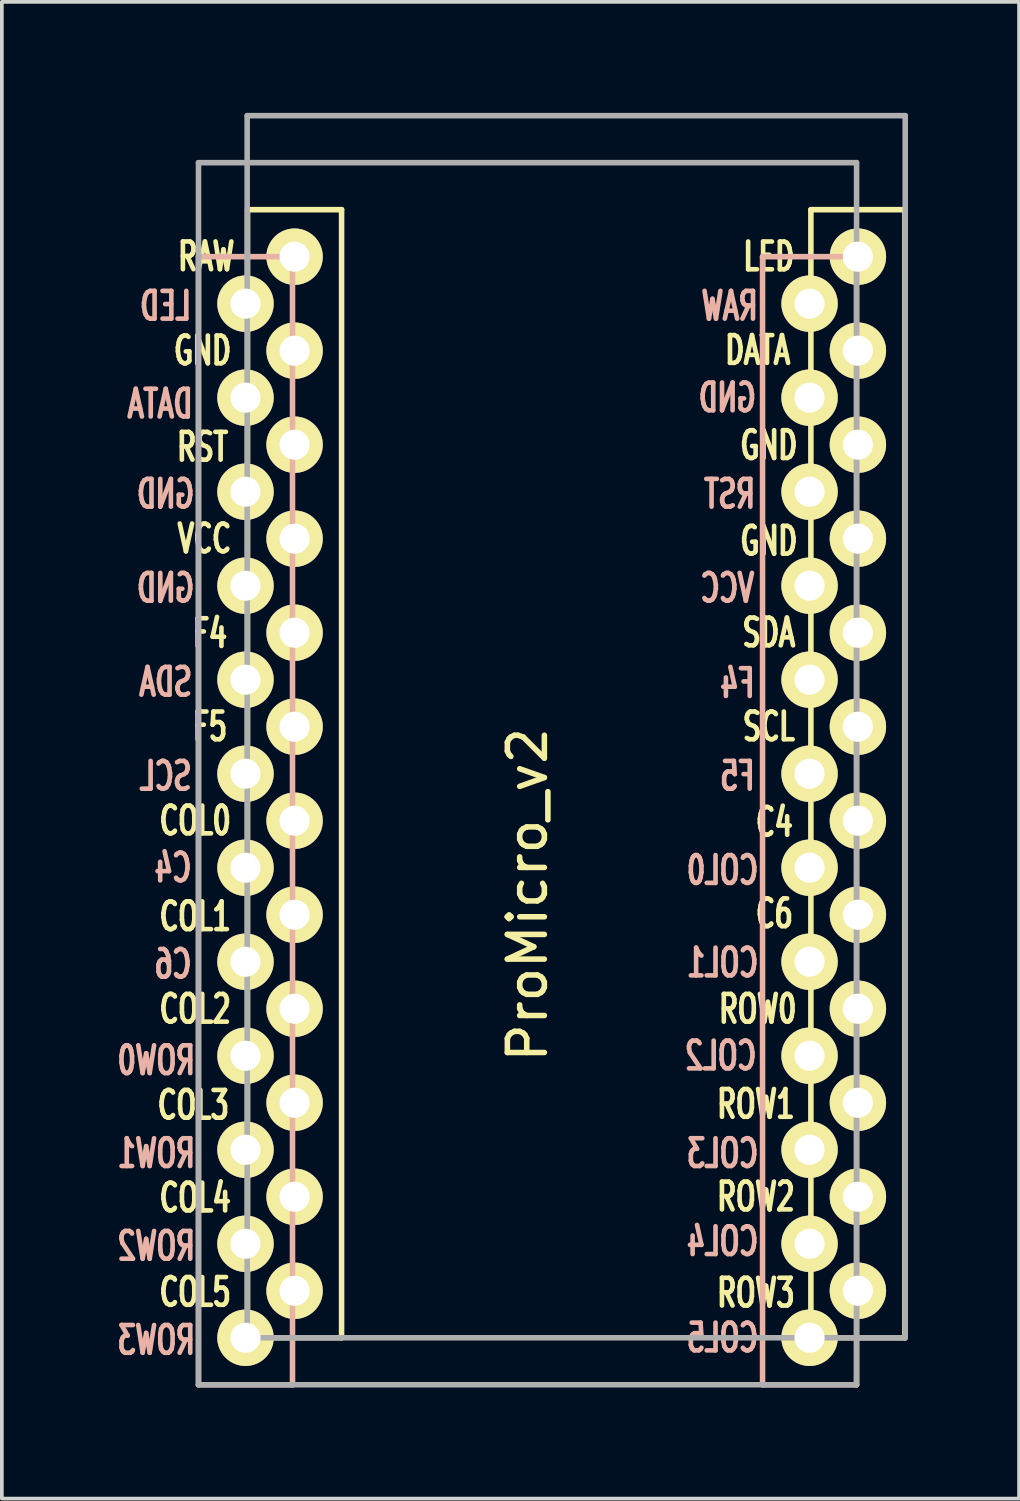
<source format=kicad_pcb>
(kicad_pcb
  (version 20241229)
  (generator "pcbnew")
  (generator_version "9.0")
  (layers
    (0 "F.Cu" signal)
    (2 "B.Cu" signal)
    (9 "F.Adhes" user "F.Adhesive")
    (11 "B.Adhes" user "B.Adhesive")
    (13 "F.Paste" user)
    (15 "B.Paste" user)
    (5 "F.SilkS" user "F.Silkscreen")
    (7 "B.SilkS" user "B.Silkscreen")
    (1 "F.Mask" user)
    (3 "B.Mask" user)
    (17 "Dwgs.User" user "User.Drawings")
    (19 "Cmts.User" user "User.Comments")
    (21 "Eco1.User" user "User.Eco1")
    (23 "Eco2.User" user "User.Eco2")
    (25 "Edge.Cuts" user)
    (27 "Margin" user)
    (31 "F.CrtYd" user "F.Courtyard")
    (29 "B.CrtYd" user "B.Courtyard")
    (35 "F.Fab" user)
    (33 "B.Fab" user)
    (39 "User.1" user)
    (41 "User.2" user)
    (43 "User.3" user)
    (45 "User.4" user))
  (footprint "ProMicro_v2"
    (layer "F.Cu")
    (at 12.473 18.363)
    (property "Reference" "ProMicro_v2" (at -1.27 2.762 270) (layer "F.SilkS") (effects (font (size 1 1) (thickness 0.15))))
    (attr through_hole)
    (fp_line (start -8.834 -15.748) (end -6.294 -15.748) (stroke (width 0.15) (type solid)) (layer "F.SilkS"))
    (fp_line (start -8.834 14.732) (end -8.834 -15.748) (stroke (width 0.15) (type solid)) (layer "F.SilkS"))
    (fp_line (start -6.294 -15.748) (end -6.294 14.732) (stroke (width 0.15) (type solid)) (layer "F.SilkS"))
    (fp_line (start -6.294 14.732) (end -8.834 14.732) (stroke (width 0.15) (type solid)) (layer "F.SilkS"))
    (fp_line (start 6.386 -15.748) (end 8.926 -15.748) (stroke (width 0.15) (type solid)) (layer "F.SilkS"))
    (fp_line (start 6.386 14.732) (end 6.386 -15.748) (stroke (width 0.15) (type solid)) (layer "F.SilkS"))
    (fp_line (start 8.926 -15.748) (end 8.926 14.732) (stroke (width 0.15) (type solid)) (layer "F.SilkS"))
    (fp_line (start 8.926 14.732) (end 6.386 14.732) (stroke (width 0.15) (type solid)) (layer "F.SilkS"))
    (fp_line (start -10.16 -14.478) (end -7.62 -14.478) (stroke (width 0.15) (type solid)) (layer "B.SilkS"))
    (fp_line (start -10.16 16.002) (end -10.16 -14.478) (stroke (width 0.15) (type solid)) (layer "B.SilkS"))
    (fp_line (start -7.62 -14.478) (end -7.62 16.002) (stroke (width 0.15) (type solid)) (layer "B.SilkS"))
    (fp_line (start -7.62 16.002) (end -10.16 16.002) (stroke (width 0.15) (type solid)) (layer "B.SilkS"))
    (fp_line (start 5.08 -14.478) (end 7.62 -14.478) (stroke (width 0.15) (type solid)) (layer "B.SilkS"))
    (fp_line (start 5.08 16.002) (end 5.08 -14.478) (stroke (width 0.15) (type solid)) (layer "B.SilkS"))
    (fp_line (start 7.62 -14.478) (end 7.62 16.002) (stroke (width 0.15) (type solid)) (layer "B.SilkS"))
    (fp_line (start 7.62 16.002) (end 5.08 16.002) (stroke (width 0.15) (type solid)) (layer "B.SilkS"))
    (fp_line (start -10.16 -17.018) (end 7.62 -17.018) (stroke (width 0.15) (type solid)) (layer "F.Fab"))
    (fp_line (start -10.16 16.002) (end -10.16 -17.018) (stroke (width 0.15) (type solid)) (layer "F.Fab"))
    (fp_line (start -8.845 -18.288) (end 8.935 -18.288) (stroke (width 0.15) (type solid)) (layer "F.Fab"))
    (fp_line (start -8.845 14.732) (end -8.845 -18.288) (stroke (width 0.15) (type solid)) (layer "F.Fab"))
    (fp_line (start 7.62 -17.018) (end 7.62 16.002) (stroke (width 0.15) (type solid)) (layer "F.Fab"))
    (fp_line (start 7.62 16.002) (end -10.16 16.002) (stroke (width 0.15) (type solid)) (layer "F.Fab"))
    (fp_line (start 8.935 -18.288) (end 8.935 14.732) (stroke (width 0.15) (type solid)) (layer "F.Fab"))
    (fp_line (start 8.935 14.732) (end -8.845 14.732) (stroke (width 0.15) (type solid)) (layer "F.Fab"))
    (fp_text user "F4" (at -9.85 -4.3 0) (layer "F.SilkS") (effects (font (size 0.75 0.5) (thickness 0.125))))
    (fp_text user "C4" (at 5.4 0.8 0) (layer "F.SilkS") (effects (font (size 0.75 0.5) (thickness 0.125))))
    (fp_text user "" (at -0.5 -17.25 0) (layer "F.SilkS") (effects (font (size 1 1) (thickness 0.15))))
    (fp_text user "GND" (at 5.25 -6.795 0) (layer "F.SilkS") (effects (font (size 0.75 0.5) (thickness 0.125))))
    (fp_text user "ROW2" (at 4.9 10.922 0) (layer "F.SilkS") (effects (font (size 0.75 0.5) (thickness 0.125))))
    (fp_text user "SDA" (at 5.25 -4.318 0) (layer "F.SilkS") (effects (font (size 0.75 0.5) (thickness 0.125))))
    (fp_text user "COL0" (at -10.25 0.762 0) (layer "F.SilkS") (effects (font (size 0.75 0.5) (thickness 0.125))))
    (fp_text user "F5" (at -9.85 -1.78 0) (layer "F.SilkS") (effects (font (size 0.75 0.5) (thickness 0.125))))
    (fp_text user "COL2" (at -10.25 5.85 0) (layer "F.SilkS") (effects (font (size 0.75 0.5) (thickness 0.125))))
    (fp_text user "COL1" (at -10.25 3.35 0) (layer "F.SilkS") (effects (font (size 0.75 0.5) (thickness 0.125))))
    (fp_text user "COL3" (at -10.3 8.445 0) (layer "F.SilkS") (effects (font (size 0.75 0.5) (thickness 0.125))))
    (fp_text user "GND" (at 5.25 -9.38 0) (layer "F.SilkS") (effects (font (size 0.75 0.5) (thickness 0.125))))
    (fp_text user "ROW1" (at 4.9 8.42 0) (layer "F.SilkS") (effects (font (size 0.75 0.5) (thickness 0.125))))
    (fp_text user "GND" (at -10.05 -11.938 0) (layer "F.SilkS") (effects (font (size 0.75 0.5) (thickness 0.125))))
    (fp_text user "COL4" (at -10.25 10.95 0) (layer "F.SilkS") (effects (font (size 0.75 0.5) (thickness 0.125))))
    (fp_text user "C6" (at 5.4 3.27 0) (layer "F.SilkS") (effects (font (size 0.75 0.5) (thickness 0.125))))
    (fp_text user "RAW" (at -9.95 -14.48 0) (layer "F.SilkS") (effects (font (size 0.75 0.5) (thickness 0.125))))
    (fp_text user "VCC" (at -10 -6.858 0) (layer "F.SilkS") (effects (font (size 0.75 0.5) (thickness 0.125))))
    (fp_text user "SCL" (at 5.25 -1.78 0) (layer "F.SilkS") (effects (font (size 0.75 0.5) (thickness 0.125))))
    (fp_text user "LED" (at 5.25 -14.478 0) (layer "F.SilkS") (effects (font (size 0.75 0.5) (thickness 0.125))))
    (fp_text user "DATA" (at 4.95 -11.95 0) (layer "F.SilkS") (effects (font (size 0.75 0.5) (thickness 0.125))))
    (fp_text user "ROW0" (at 4.95 5.85 0) (layer "F.SilkS") (effects (font (size 0.75 0.5) (thickness 0.125))))
    (fp_text user "RST" (at -10.05 -9.335 0) (layer "F.SilkS") (effects (font (size 0.75 0.5) (thickness 0.125))))
    (fp_text user "COL5" (at -10.25 13.5 0) (layer "F.SilkS") (effects (font (size 0.75 0.5) (thickness 0.125))))
    (fp_text user "ROW3" (at 4.9 13.52 0) (layer "F.SilkS") (effects (font (size 0.75 0.5) (thickness 0.125))))
    (fp_text user "GND" (at 4.128 -10.668 0) (layer "B.SilkS") (effects (font (size 0.75 0.5) (thickness 0.125)) (justify mirror)))
    (fp_text user "LED" (at -11.049 -13.145 0) (layer "B.SilkS") (effects (font (size 0.75 0.5) (thickness 0.125)) (justify mirror)))
    (fp_text user "COL5" (at 4 14.732 0) (layer "B.SilkS") (effects (font (size 0.75 0.5) (thickness 0.125)) (justify mirror)))
    (fp_text user "C6" (at -10.85 4.636 0) (layer "B.SilkS") (effects (font (size 0.75 0.5) (thickness 0.125)) (justify mirror)))
    (fp_text user "COL0" (at 4 2.1 0) (layer "B.SilkS") (effects (font (size 0.75 0.5) (thickness 0.125)) (justify mirror)))
    (fp_text user "ROW1" (at -11.3 9.75 0) (layer "B.SilkS") (effects (font (size 0.75 0.5) (thickness 0.125)) (justify mirror)))
    (fp_text user "RST" (at 4.191 -8.065 0) (layer "B.SilkS") (effects (font (size 0.75 0.5) (thickness 0.125)) (justify mirror)))
    (fp_text user "COL4" (at 4 12.129 0) (layer "B.SilkS") (effects (font (size 0.75 0.5) (thickness 0.125)) (justify mirror)))
    (fp_text user "DATA" (at -11.2 -10.5 0) (layer "B.SilkS") (effects (font (size 0.75 0.5) (thickness 0.125)) (justify mirror)))
    (fp_text user "SCL" (at -11.049 -0.445 0) (layer "B.SilkS") (effects (font (size 0.75 0.5) (thickness 0.125)) (justify mirror)))
    (fp_text user "C4" (at -10.85 2.032 0) (layer "B.SilkS") (effects (font (size 0.75 0.5) (thickness 0.125)) (justify mirror)))
    (fp_text user "SDA" (at -11.049 -2.985 0) (layer "B.SilkS") (effects (font (size 0.75 0.5) (thickness 0.125)) (justify mirror)))
    (fp_text user "ROW2" (at -11.3 12.255 0) (layer "B.SilkS") (effects (font (size 0.75 0.5) (thickness 0.125)) (justify mirror)))
    (fp_text user "COL1" (at 4 4.6 0) (layer "B.SilkS") (effects (font (size 0.75 0.5) (thickness 0.125)) (justify mirror)))
    (fp_text user "COL3" (at 4 9.75 0) (layer "B.SilkS") (effects (font (size 0.75 0.5) (thickness 0.125)) (justify mirror)))
    (fp_text user "GND" (at -11.049 -8.065 0) (layer "B.SilkS") (effects (font (size 0.75 0.5) (thickness 0.125)) (justify mirror)))
    (fp_text user "RAW" (at 4.191 -13.145 0) (layer "B.SilkS") (effects (font (size 0.75 0.5) (thickness 0.125)) (justify mirror)))
    (fp_text user "VCC" (at 4.128 -5.524 0) (layer "B.SilkS") (effects (font (size 0.75 0.5) (thickness 0.125)) (justify mirror)))
    (fp_text user "F5" (at 4.4 -0.445 0) (layer "B.SilkS") (effects (font (size 0.75 0.5) (thickness 0.125)) (justify mirror)))
    (fp_text user "ROW3" (at -11.3 14.796 0) (layer "B.SilkS") (effects (font (size 0.75 0.5) (thickness 0.125)) (justify mirror)))
    (fp_text user "F4" (at 4.4 -2.95 0) (layer "B.SilkS") (effects (font (size 0.75 0.5) (thickness 0.125)) (justify mirror)))
    (fp_text user "ROW0" (at -11.3 7.239 0) (layer "B.SilkS") (effects (font (size 0.75 0.5) (thickness 0.125)) (justify mirror)))
    (fp_text user "" (at -1.206 -16.256 0) (layer "B.SilkS") (effects (font (size 1 1) (thickness 0.15)) (justify mirror)))
    (fp_text user "COL2" (at 3.95 7.112 0) (layer "B.SilkS") (effects (font (size 0.75 0.5) (thickness 0.125)) (justify mirror)))
    (fp_text user "GND" (at -11.049 -5.524 0) (layer "B.SilkS") (effects (font (size 0.75 0.5) (thickness 0.125)) (justify mirror)))
    (pad "1" thru_hole circle (at -8.89 -13.208) (size 1.524 1.524) (drill 0.813) (layers "*.Cu" "*.Mask" "F.SilkS"))
    (pad "1" thru_hole circle (at 7.656 -14.478) (size 1.524 1.524) (drill 0.813) (layers "*.Cu" "*.Mask" "F.SilkS"))
    (pad "2" thru_hole circle (at -8.89 -10.668) (size 1.524 1.524) (drill 0.813) (layers "*.Cu" "*.Mask" "F.SilkS"))
    (pad "2" thru_hole circle (at 7.656 -11.938) (size 1.524 1.524) (drill 0.813) (layers "*.Cu" "*.Mask" "F.SilkS"))
    (pad "3" thru_hole circle (at -8.89 -8.128) (size 1.524 1.524) (drill 0.813) (layers "*.Cu" "*.Mask" "F.SilkS"))
    (pad "3" thru_hole circle (at 7.656 -9.398) (size 1.524 1.524) (drill 0.813) (layers "*.Cu" "*.Mask" "F.SilkS"))
    (pad "4" thru_hole circle (at -8.89 -5.588) (size 1.524 1.524) (drill 0.813) (layers "*.Cu" "*.Mask" "F.SilkS"))
    (pad "4" thru_hole circle (at 7.656 -6.858) (size 1.524 1.524) (drill 0.813) (layers "*.Cu" "*.Mask" "F.SilkS"))
    (pad "5" thru_hole circle (at -8.89 -3.048) (size 1.524 1.524) (drill 0.813) (layers "*.Cu" "*.Mask" "F.SilkS"))
    (pad "5" thru_hole circle (at 7.656 -4.318) (size 1.524 1.524) (drill 0.813) (layers "*.Cu" "*.Mask" "F.SilkS"))
    (pad "6" thru_hole circle (at -8.89 -0.508) (size 1.524 1.524) (drill 0.813) (layers "*.Cu" "*.Mask" "F.SilkS"))
    (pad "6" thru_hole circle (at 7.656 -1.778) (size 1.524 1.524) (drill 0.813) (layers "*.Cu" "*.Mask" "F.SilkS"))
    (pad "7" thru_hole circle (at -8.89 2.032) (size 1.524 1.524) (drill 0.813) (layers "*.Cu" "*.Mask" "F.SilkS"))
    (pad "7" thru_hole circle (at 7.656 0.762) (size 1.524 1.524) (drill 0.813) (layers "*.Cu" "*.Mask" "F.SilkS"))
    (pad "8" thru_hole circle (at -8.89 4.572) (size 1.524 1.524) (drill 0.813) (layers "*.Cu" "*.Mask" "F.SilkS"))
    (pad "8" thru_hole circle (at 7.656 3.302) (size 1.524 1.524) (drill 0.813) (layers "*.Cu" "*.Mask" "F.SilkS"))
    (pad "9" thru_hole circle (at -8.89 7.112) (size 1.524 1.524) (drill 0.813) (layers "*.Cu" "*.Mask" "F.SilkS"))
    (pad "9" thru_hole circle (at 7.656 5.842) (size 1.524 1.524) (drill 0.813) (layers "*.Cu" "*.Mask" "F.SilkS"))
    (pad "10" thru_hole circle (at -8.89 9.652) (size 1.524 1.524) (drill 0.813) (layers "*.Cu" "*.Mask" "F.SilkS"))
    (pad "10" thru_hole circle (at 7.656 8.382) (size 1.524 1.524) (drill 0.813) (layers "*.Cu" "*.Mask" "F.SilkS"))
    (pad "11" thru_hole circle (at -8.89 12.192) (size 1.524 1.524) (drill 0.813) (layers "*.Cu" "*.Mask" "F.SilkS"))
    (pad "11" thru_hole circle (at 7.656 10.922) (size 1.524 1.524) (drill 0.813) (layers "*.Cu" "*.Mask" "F.SilkS"))
    (pad "12" thru_hole circle (at -8.89 14.732) (size 1.524 1.524) (drill 0.813) (layers "*.Cu" "*.Mask" "F.SilkS"))
    (pad "12" thru_hole circle (at 7.656 13.462) (size 1.524 1.524) (drill 0.813) (layers "*.Cu" "*.Mask" "F.SilkS"))
    (pad "13" thru_hole circle (at -7.564 13.462) (size 1.524 1.524) (drill 0.813) (layers "*.Cu" "*.Mask" "F.SilkS"))
    (pad "13" thru_hole circle (at 6.35 14.732) (size 1.524 1.524) (drill 0.813) (layers "*.Cu" "*.Mask" "F.SilkS"))
    (pad "14" thru_hole circle (at -7.564 10.922) (size 1.524 1.524) (drill 0.813) (layers "*.Cu" "*.Mask" "F.SilkS"))
    (pad "14" thru_hole circle (at 6.35 12.192) (size 1.524 1.524) (drill 0.813) (layers "*.Cu" "*.Mask" "F.SilkS"))
    (pad "15" thru_hole circle (at -7.564 8.382) (size 1.524 1.524) (drill 0.813) (layers "*.Cu" "*.Mask" "F.SilkS"))
    (pad "15" thru_hole circle (at 6.35 9.652) (size 1.524 1.524) (drill 0.813) (layers "*.Cu" "*.Mask" "F.SilkS"))
    (pad "16" thru_hole circle (at -7.564 5.842) (size 1.524 1.524) (drill 0.813) (layers "*.Cu" "*.Mask" "F.SilkS"))
    (pad "16" thru_hole circle (at 6.35 7.112) (size 1.524 1.524) (drill 0.813) (layers "*.Cu" "*.Mask" "F.SilkS"))
    (pad "17" thru_hole circle (at -7.564 3.302) (size 1.524 1.524) (drill 0.813) (layers "*.Cu" "*.Mask" "F.SilkS"))
    (pad "17" thru_hole circle (at 6.35 4.572) (size 1.524 1.524) (drill 0.813) (layers "*.Cu" "*.Mask" "F.SilkS"))
    (pad "18" thru_hole circle (at -7.564 0.762) (size 1.524 1.524) (drill 0.813) (layers "*.Cu" "*.Mask" "F.SilkS"))
    (pad "18" thru_hole circle (at 6.35 2.032) (size 1.524 1.524) (drill 0.813) (layers "*.Cu" "*.Mask" "F.SilkS"))
    (pad "19" thru_hole circle (at -7.564 -1.778) (size 1.524 1.524) (drill 0.813) (layers "*.Cu" "*.Mask" "F.SilkS"))
    (pad "19" thru_hole circle (at 6.35 -0.508) (size 1.524 1.524) (drill 0.813) (layers "*.Cu" "*.Mask" "F.SilkS"))
    (pad "20" thru_hole circle (at -7.564 -4.318) (size 1.524 1.524) (drill 0.813) (layers "*.Cu" "*.Mask" "F.SilkS"))
    (pad "20" thru_hole circle (at 6.35 -3.048) (size 1.524 1.524) (drill 0.813) (layers "*.Cu" "*.Mask" "F.SilkS"))
    (pad "21" thru_hole circle (at -7.564 -6.858) (size 1.524 1.524) (drill 0.813) (layers "*.Cu" "*.Mask" "F.SilkS"))
    (pad "21" thru_hole circle (at 6.35 -5.588) (size 1.524 1.524) (drill 0.813) (layers "*.Cu" "*.Mask" "F.SilkS"))
    (pad "22" thru_hole circle (at -7.564 -9.398) (size 1.524 1.524) (drill 0.813) (layers "*.Cu" "*.Mask" "F.SilkS"))
    (pad "22" thru_hole circle (at 6.35 -8.128) (size 1.524 1.524) (drill 0.813) (layers "*.Cu" "*.Mask" "F.SilkS"))
    (pad "23" thru_hole circle (at -7.564 -11.938) (size 1.524 1.524) (drill 0.813) (layers "*.Cu" "*.Mask" "F.SilkS"))
    (pad "23" thru_hole circle (at 6.35 -10.668) (size 1.524 1.524) (drill 0.813) (layers "*.Cu" "*.Mask" "F.SilkS"))
    (pad "24" thru_hole circle (at -7.564 -14.478) (size 1.524 1.524) (drill 0.813) (layers "*.Cu" "*.Mask" "F.SilkS"))
    (pad "24" thru_hole circle (at 6.35 -13.208) (size 1.524 1.524) (drill 0.813) (layers "*.Cu" "*.Mask" "F.SilkS")))
  (gr_rect
    (start -3 -3)
    (end 24.483 37.44)
    (stroke (width 0.1) (type default))
    (fill no)
    (layer "Edge.Cuts")))
</source>
